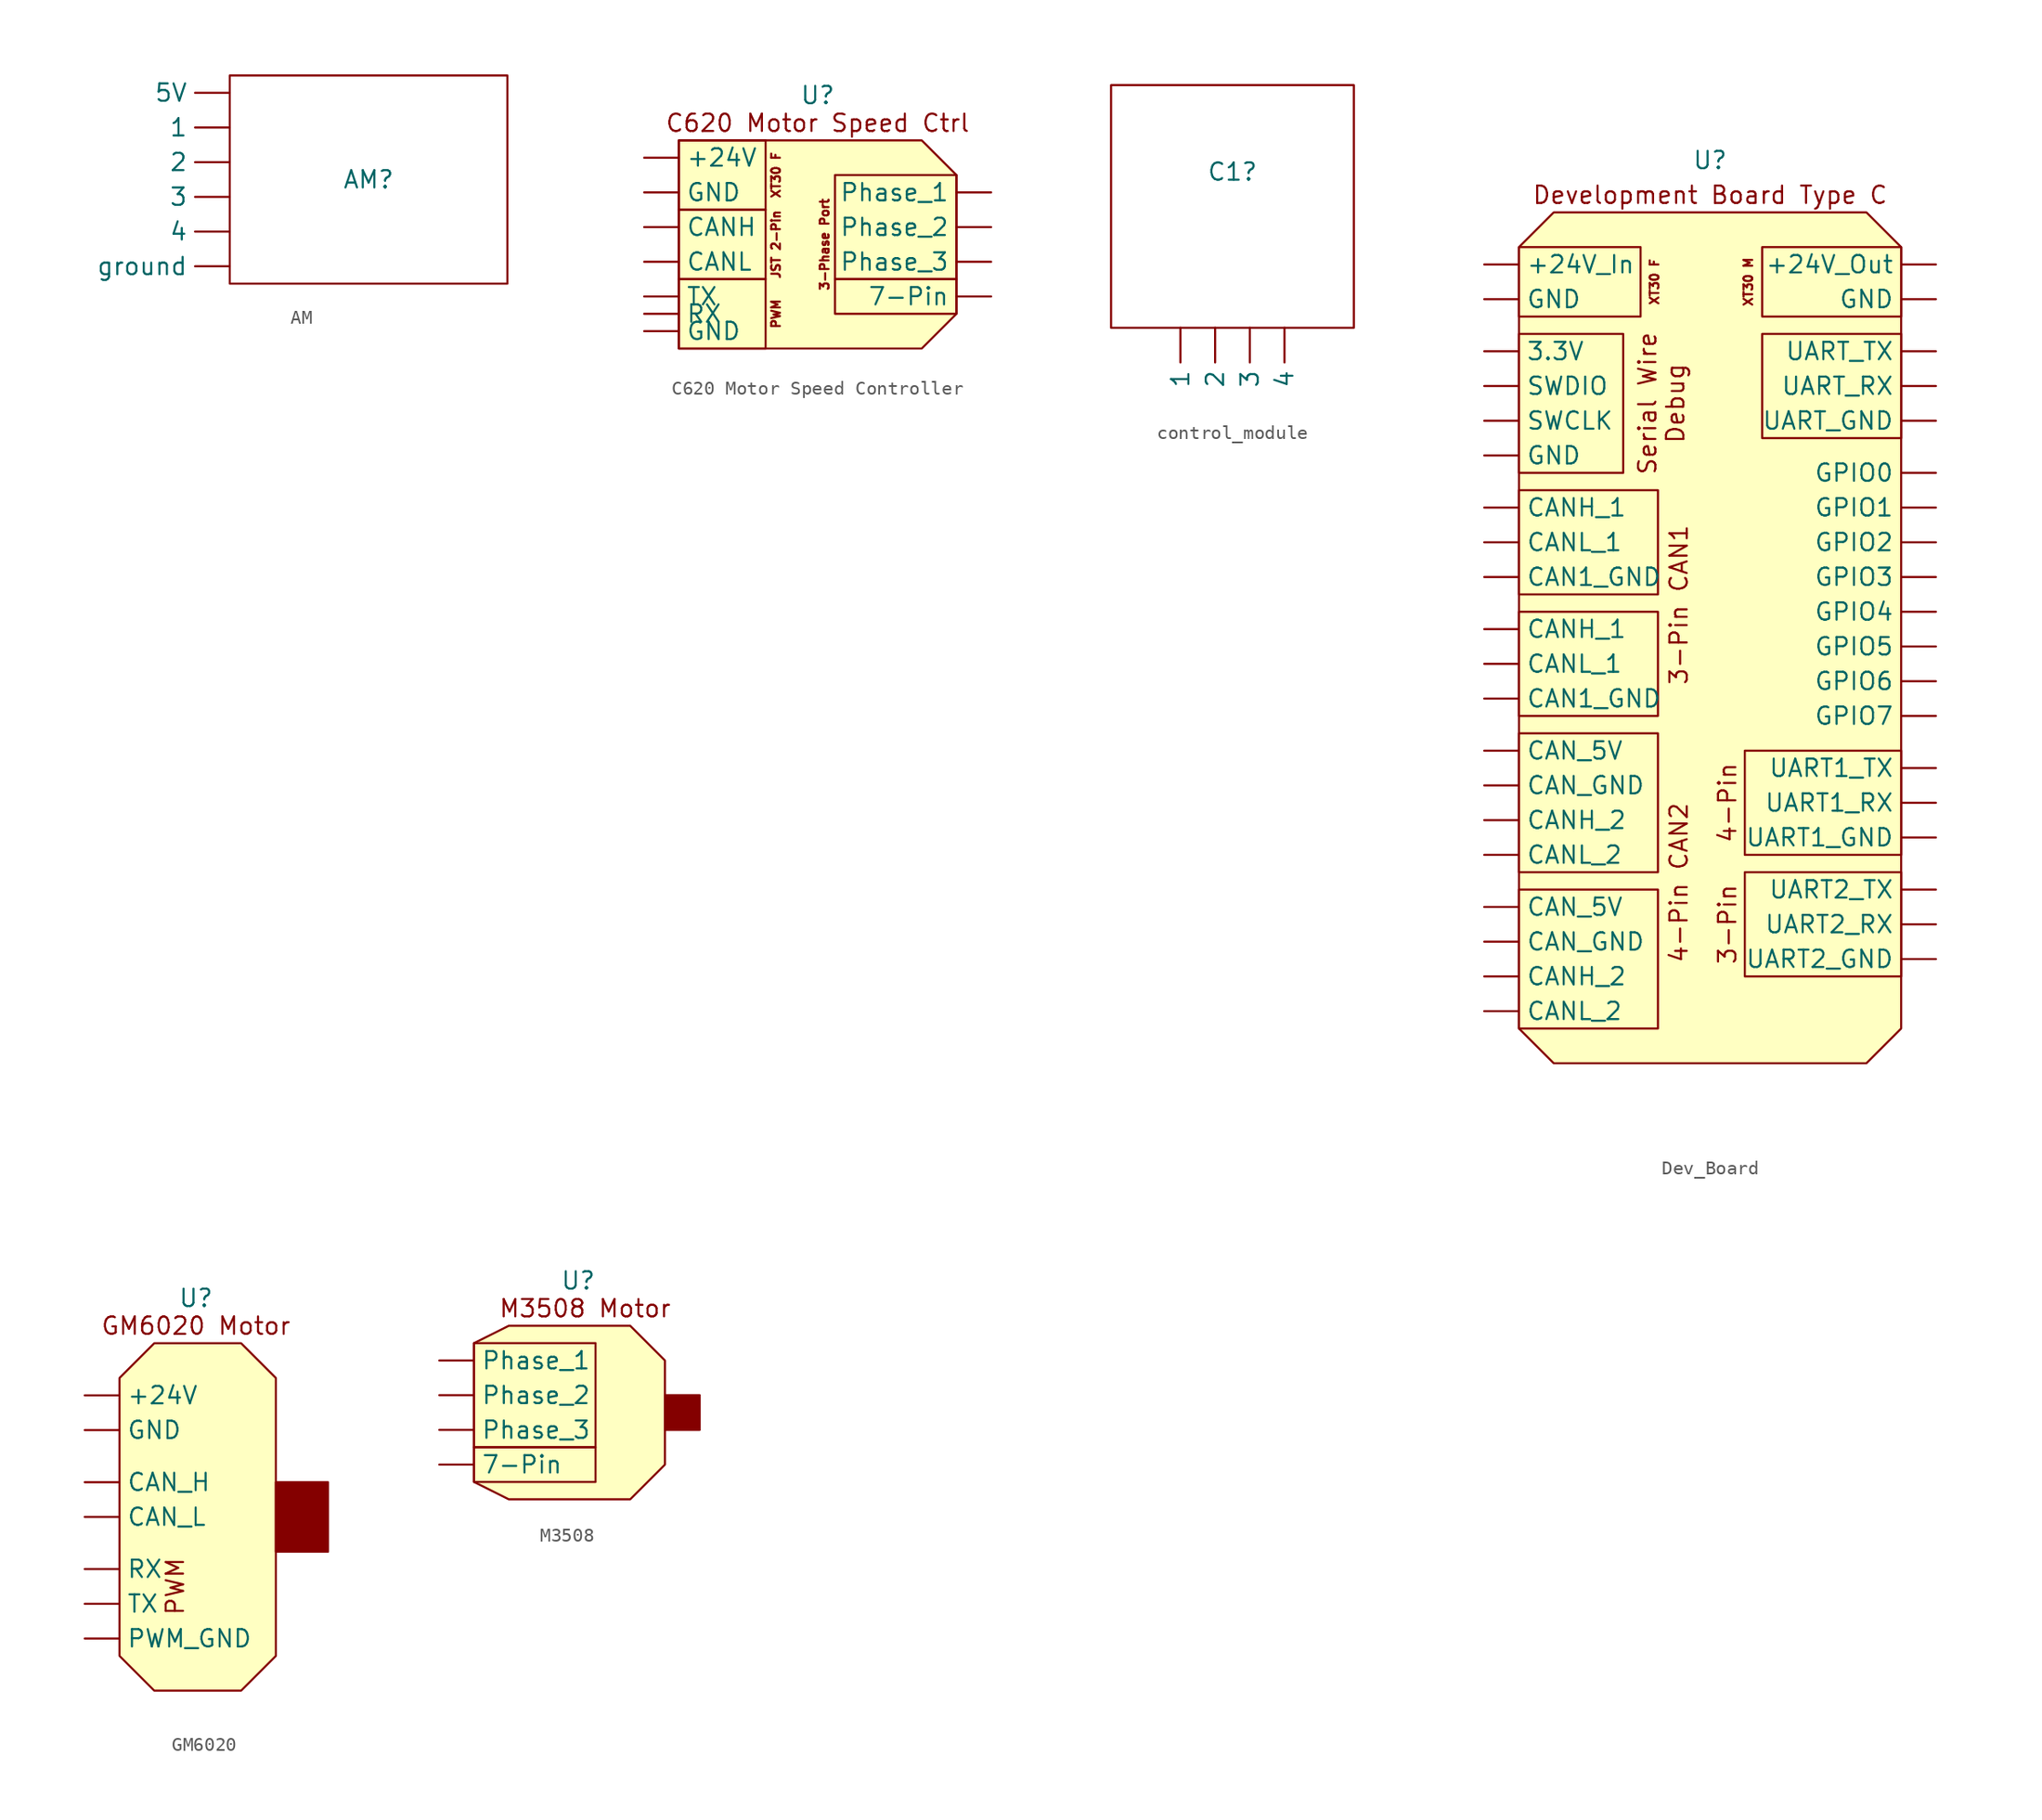
<source format=kicad_sym>
(kicad_symbol_lib
  (version 20231120)
  (generator "kicad_symbol_editor")
  (generator_version "8.0")
  (symbol "AM"
    (property "Reference" "AM"
      (at 0 0 0)
      (effects (font (size 1.27 1.27))))
    (property "Value" ""
      (at 0 0 0)
      (effects (font (size 1.27 1.27))))
    (symbol "AM_0_1"
      (rectangle (start -10.16 7.62) (end 10.16 -7.62) (stroke (width 0) (type default)) (fill (type none))))
    (symbol "AM_1_1"
      (pin input line (at -10.16 3.81 180) (length 2.54) (name "1" (effects (font (size 1.27 1.27)))) (number "" (effects (font (size 1.27 1.27)))))
      (pin input line (at -10.16 1.27 180) (length 2.54) (name "2" (effects (font (size 1.27 1.27)))) (number "" (effects (font (size 1.27 1.27)))))
      (pin input line (at -10.16 -1.27 180) (length 2.54) (name "3" (effects (font (size 1.27 1.27)))) (number "" (effects (font (size 1.27 1.27)))))
      (pin input line (at -10.16 -3.81 180) (length 2.54) (name "4" (effects (font (size 1.27 1.27)))) (number "" (effects (font (size 1.27 1.27)))))
      (pin power_in line (at -10.16 6.35 180) (length 2.54) (name "5V" (effects (font (size 1.27 1.27)))) (number "" (effects (font (size 1.27 1.27)))))
      (pin input line (at -10.16 -6.35 180) (length 2.54) (name "ground" (effects (font (size 1.27 1.27)))) (number "" (effects (font (size 1.27 1.27)))))))
  (symbol "C620 Motor Speed Controller"
    (property "Reference" "U"
      (at 0 10.922 0)
      (effects (font (size 1.27 1.27))))
    (property "Value" ""
      (at -2.54 8.89 0)
      (effects (font (size 1.27 1.27))))
    (symbol "C620 Motor Speed Controller_0_1"
      (rectangle (start -10.16 -2.54) (end -3.81 -7.62) (stroke (width 0) (type default)) (fill (type none)))
      (rectangle (start -10.16 2.54) (end -3.81 -2.54) (stroke (width 0) (type default)) (fill (type none)))
      (rectangle (start -10.16 2.54) (end -3.81 7.62) (stroke (width 0) (type default)) (fill (type none)))
      (rectangle (start 1.27 -2.54) (end 10.16 -5.08) (stroke (width 0) (type default)) (fill (type none)))
      (rectangle (start 1.27 5.08) (end 10.16 -2.54) (stroke (width 0) (type default)) (fill (type none))))
    (symbol "C620 Motor Speed Controller_1_1"
      (polyline (pts (xy -10.16 7.62) (xy -10.16 -7.62) (xy 7.62 -7.62) (xy 10.16 -5.08) (xy 10.16 5.08) (xy 7.62 7.62) (xy -10.16 7.62)) (stroke (width 0) (type default)) (fill (type background)))
      (text "3-Phase Port" (at 0.508 0 900) (effects (font (size 0.635 0.635))))
      (text "C620 Motor Speed Ctrl" (at 0 8.89 0) (effects (font (size 1.27 1.27))))
      (text "JST 2-Pin" (at -3.048 0 900) (effects (font (size 0.635 0.635))))
      (text "PWM" (at -3.048 -5.08 900) (effects (font (size 0.635 0.635))))
      (text "XT30 F" (at -3.048 5.08 900) (effects (font (size 0.635 0.635))))
      (pin power_in line (at -12.7 6.35 0) (length 2.54) (name "+24V" (effects (font (size 1.27 1.27)))) (number "" (effects (font (size 1.27 1.27)))))
      (pin bidirectional line (at 12.7 -3.81 180) (length 2.54) (name "7-Pin" (effects (font (size 1.27 1.27)))) (number "" (effects (font (size 1.27 1.27)))))
      (pin bidirectional line (at -12.7 1.27 0) (length 2.54) (name "CANH" (effects (font (size 1.27 1.27)))) (number "" (effects (font (size 1.27 1.27)))))
      (pin bidirectional line (at -12.7 -1.27 0) (length 2.54) (name "CANL" (effects (font (size 1.27 1.27)))) (number "" (effects (font (size 1.27 1.27)))))
      (pin input line (at -12.7 -6.35 0) (length 2.54) (name "GND" (effects (font (size 1.27 1.27)))) (number "" (effects (font (size 1.27 1.27)))))
      (pin power_in line (at -12.7 3.81 0) (length 2.54) (name "GND" (effects (font (size 1.27 1.27)))) (number "" (effects (font (size 1.27 1.27)))))
      (pin power_out line (at 12.7 3.81 180) (length 2.54) (name "Phase_1" (effects (font (size 1.27 1.27)))) (number "" (effects (font (size 1.27 1.27)))))
      (pin power_out line (at 12.7 1.27 180) (length 2.54) (name "Phase_2" (effects (font (size 1.27 1.27)))) (number "" (effects (font (size 1.27 1.27)))))
      (pin power_out line (at 12.7 -1.27 180) (length 2.54) (name "Phase_3" (effects (font (size 1.27 1.27)))) (number "" (effects (font (size 1.27 1.27)))))
      (pin input line (at -12.7 -5.08 0) (length 2.54) (name "RX" (effects (font (size 1.27 1.27)))) (number "" (effects (font (size 1.27 1.27)))))
      (pin output line (at -12.7 -3.81 0) (length 2.54) (name "TX" (effects (font (size 1.27 1.27)))) (number "" (effects (font (size 1.27 1.27)))))))
  (symbol "control_module"
    (property "Reference" "C1"
      (at 0 2.54 0)
      (effects (font (size 1.27 1.27))))
    (property "Value" ""
      (at 0 0 0)
      (effects (font (size 1.27 1.27))))
    (symbol "control_module_0_1"
      (rectangle (start -8.89 8.89) (end 8.89 -8.89) (stroke (width 0) (type default)) (fill (type none))))
    (symbol "control_module_1_1"
      (pin power_in line (at -3.81 -8.89 270) (length 2.54) (name "1" (effects (font (size 1.27 1.27)))) (number "" (effects (font (size 1.27 1.27)))))
      (pin power_out line (at -1.27 -8.89 270) (length 2.54) (name "2" (effects (font (size 1.27 1.27)))) (number "" (effects (font (size 1.27 1.27)))))
      (pin output line (at 1.27 -8.89 270) (length 2.54) (name "3" (effects (font (size 1.27 1.27)))) (number "" (effects (font (size 1.27 1.27)))))
      (pin output line (at 3.81 -8.89 270) (length 2.54) (name "4" (effects (font (size 1.27 1.27)))) (number "" (effects (font (size 1.27 1.27)))))))
  (symbol "Dev_Board"
    (property "Reference" "U"
      (at 0 33.02 0)
      (effects (font (size 1.27 1.27))))
    (property "Value" ""
      (at -1.27 17.78 0)
      (effects (font (size 1.27 1.27))))
    (symbol "Dev_Board_1_1"
      (rectangle (start -13.97 -20.32) (end -3.81 -30.48) (stroke (width 0) (type default)) (fill (type none)))
      (rectangle (start -13.97 -19.05) (end -3.81 -8.89) (stroke (width 0) (type default)) (fill (type none)))
      (rectangle (start -13.97 0) (end -3.81 -7.62) (stroke (width 0) (type default)) (fill (type none)))
      (rectangle (start -13.97 8.89) (end -3.81 1.27) (stroke (width 0) (type default)) (fill (type none)))
      (rectangle (start -13.97 20.32) (end -6.35 10.16) (stroke (width 0) (type default)) (fill (type none)))
      (rectangle (start -13.97 21.59) (end -5.08 26.67) (stroke (width 0) (type default)) (fill (type none)))
      (polyline (pts (xy -13.97 -30.48) (xy -11.43 -33.02) (xy 11.43 -33.02) (xy 13.97 -30.48) (xy 13.97 26.67) (xy 11.43 29.21) (xy -11.43 29.21) (xy -13.97 26.67) (xy -13.97 -30.48)) (stroke (width 0) (type default)) (fill (type background)))
      (rectangle (start 13.97 -19.05) (end 2.54 -26.67) (stroke (width 0) (type default)) (fill (type none)))
      (rectangle (start 13.97 -10.16) (end 2.54 -17.78) (stroke (width 0) (type default)) (fill (type none)))
      (rectangle (start 13.97 20.32) (end 3.81 12.7) (stroke (width 0) (type default)) (fill (type none)))
      (rectangle (start 13.97 26.67) (end 3.81 21.59) (stroke (width 0) (type default)) (fill (type none)))
      (text "3-Pin" (at 1.27 -22.86 900) (effects (font (size 1.27 1.27))))
      (text "3-Pin CAN1" (at -2.286 0.508 900) (effects (font (size 1.27 1.27))))
      (text "4-Pin" (at 1.27 -13.97 900) (effects (font (size 1.27 1.27))))
      (text "4-Pin CAN2" (at -2.286 -19.812 900) (effects (font (size 1.27 1.27))))
      (text "Development Board Type C" (at 0 30.48 0) (effects (font (size 1.27 1.27))))
      (text "Serial Wire\nDebug" (at -3.556 15.24 900) (effects (font (size 1.27 1.27))))
      (text "XT30 F" (at -4.064 24.13 900) (effects (font (size 0.635 0.635))))
      (text "XT30 M" (at 2.794 24.13 900) (effects (font (size 0.635 0.635))))
      (pin power_in line (at -16.51 25.4 0) (length 2.54) (name "+24V_In" (effects (font (size 1.27 1.27)))) (number "" (effects (font (size 1.27 1.27)))))
      (pin power_in line (at 16.51 25.4 180) (length 2.54) (name "+24V_Out" (effects (font (size 1.27 1.27)))) (number "" (effects (font (size 1.27 1.27)))))
      (pin output line (at -16.51 19.05 0) (length 2.54) (name "3.3V" (effects (font (size 1.27 1.27)))) (number "" (effects (font (size 1.27 1.27)))))
      (pin output line (at -16.51 -6.35 0) (length 2.54) (name "CAN1_GND" (effects (font (size 1.27 1.27)))) (number "" (effects (font (size 1.27 1.27)))))
      (pin output line (at -16.51 2.54 0) (length 2.54) (name "CAN1_GND" (effects (font (size 1.27 1.27)))) (number "" (effects (font (size 1.27 1.27)))))
      (pin output line (at -16.51 -1.27 0) (length 2.54) (name "CANH_1" (effects (font (size 1.27 1.27)))) (number "" (effects (font (size 1.27 1.27)))))
      (pin output line (at -16.51 7.62 0) (length 2.54) (name "CANH_1" (effects (font (size 1.27 1.27)))) (number "" (effects (font (size 1.27 1.27)))))
      (pin output line (at -16.51 -26.67 0) (length 2.54) (name "CANH_2" (effects (font (size 1.27 1.27)))) (number "" (effects (font (size 1.27 1.27)))))
      (pin output line (at -16.51 -15.24 0) (length 2.54) (name "CANH_2" (effects (font (size 1.27 1.27)))) (number "" (effects (font (size 1.27 1.27)))))
      (pin output line (at -16.51 -3.81 0) (length 2.54) (name "CANL_1" (effects (font (size 1.27 1.27)))) (number "" (effects (font (size 1.27 1.27)))))
      (pin output line (at -16.51 5.08 0) (length 2.54) (name "CANL_1" (effects (font (size 1.27 1.27)))) (number "" (effects (font (size 1.27 1.27)))))
      (pin output line (at -16.51 -29.21 0) (length 2.54) (name "CANL_2" (effects (font (size 1.27 1.27)))) (number "" (effects (font (size 1.27 1.27)))))
      (pin output line (at -16.51 -17.78 0) (length 2.54) (name "CANL_2" (effects (font (size 1.27 1.27)))) (number "" (effects (font (size 1.27 1.27)))))
      (pin output line (at -16.51 -21.59 0) (length 2.54) (name "CAN_5V" (effects (font (size 1.27 1.27)))) (number "" (effects (font (size 1.27 1.27)))))
      (pin output line (at -16.51 -10.16 0) (length 2.54) (name "CAN_5V" (effects (font (size 1.27 1.27)))) (number "" (effects (font (size 1.27 1.27)))))
      (pin output line (at -16.51 -24.13 0) (length 2.54) (name "CAN_GND" (effects (font (size 1.27 1.27)))) (number "" (effects (font (size 1.27 1.27)))))
      (pin output line (at -16.51 -12.7 0) (length 2.54) (name "CAN_GND" (effects (font (size 1.27 1.27)))) (number "" (effects (font (size 1.27 1.27)))))
      (pin output line (at -16.51 11.43 0) (length 2.54) (name "GND" (effects (font (size 1.27 1.27)))) (number "" (effects (font (size 1.27 1.27)))))
      (pin power_in line (at -16.51 22.86 0) (length 2.54) (name "GND" (effects (font (size 1.27 1.27)))) (number "" (effects (font (size 1.27 1.27)))))
      (pin power_out line (at 16.51 22.86 180) (length 2.54) (name "GND" (effects (font (size 1.27 1.27)))) (number "" (effects (font (size 1.27 1.27)))))
      (pin output line (at 16.51 10.16 180) (length 2.54) (name "GPIO0" (effects (font (size 1.27 1.27)))) (number "" (effects (font (size 1.27 1.27)))))
      (pin output line (at 16.51 7.62 180) (length 2.54) (name "GPIO1" (effects (font (size 1.27 1.27)))) (number "" (effects (font (size 1.27 1.27)))))
      (pin output line (at 16.51 5.08 180) (length 2.54) (name "GPIO2" (effects (font (size 1.27 1.27)))) (number "" (effects (font (size 1.27 1.27)))))
      (pin output line (at 16.51 2.54 180) (length 2.54) (name "GPIO3" (effects (font (size 1.27 1.27)))) (number "" (effects (font (size 1.27 1.27)))))
      (pin output line (at 16.51 0 180) (length 2.54) (name "GPIO4" (effects (font (size 1.27 1.27)))) (number "" (effects (font (size 1.27 1.27)))))
      (pin output line (at 16.51 -2.54 180) (length 2.54) (name "GPIO5" (effects (font (size 1.27 1.27)))) (number "" (effects (font (size 1.27 1.27)))))
      (pin output line (at 16.51 -5.08 180) (length 2.54) (name "GPIO6" (effects (font (size 1.27 1.27)))) (number "" (effects (font (size 1.27 1.27)))))
      (pin output line (at 16.51 -7.62 180) (length 2.54) (name "GPIO7" (effects (font (size 1.27 1.27)))) (number "" (effects (font (size 1.27 1.27)))))
      (pin bidirectional line (at -16.51 13.97 0) (length 2.54) (name "SWCLK" (effects (font (size 1.27 1.27)))) (number "" (effects (font (size 1.27 1.27)))))
      (pin bidirectional line (at -16.51 16.51 0) (length 2.54) (name "SWDIO" (effects (font (size 1.27 1.27)))) (number "" (effects (font (size 1.27 1.27)))))
      (pin bidirectional line (at 16.51 -16.51 180) (length 2.54) (name "UART1_GND" (effects (font (size 1.27 1.27)))) (number "" (effects (font (size 1.27 1.27)))))
      (pin input line (at 16.51 -13.97 180) (length 2.54) (name "UART1_RX" (effects (font (size 1.27 1.27)))) (number "" (effects (font (size 1.27 1.27)))))
      (pin output line (at 16.51 -11.43 180) (length 2.54) (name "UART1_TX" (effects (font (size 1.27 1.27)))) (number "" (effects (font (size 1.27 1.27)))))
      (pin bidirectional line (at 16.51 -25.4 180) (length 2.54) (name "UART2_GND" (effects (font (size 1.27 1.27)))) (number "" (effects (font (size 1.27 1.27)))))
      (pin bidirectional line (at 16.51 -22.86 180) (length 2.54) (name "UART2_RX" (effects (font (size 1.27 1.27)))) (number "" (effects (font (size 1.27 1.27)))))
      (pin bidirectional line (at 16.51 -20.32 180) (length 2.54) (name "UART2_TX" (effects (font (size 1.27 1.27)))) (number "" (effects (font (size 1.27 1.27)))))
      (pin bidirectional line (at 16.51 13.97 180) (length 2.54) (name "UART_GND" (effects (font (size 1.27 1.27)))) (number "" (effects (font (size 1.27 1.27)))))
      (pin input line (at 16.51 16.51 180) (length 2.54) (name "UART_RX" (effects (font (size 1.27 1.27)))) (number "" (effects (font (size 1.27 1.27)))))
      (pin output line (at 16.51 19.05 180) (length 2.54) (name "UART_TX" (effects (font (size 1.27 1.27)))) (number "" (effects (font (size 1.27 1.27)))))))
  (symbol "GM6020"
    (property "Reference" "U"
      (at 0.508 16.002 0)
      (effects (font (size 1.27 1.27))))
    (property "Value" ""
      (at 2.54 11.43 0)
      (effects (font (size 1.27 1.27))))
    (symbol "GM6020_1_1"
      (polyline (pts (xy -5.08 10.16) (xy -5.08 -10.16) (xy -2.54 -12.7) (xy 3.81 -12.7) (xy 6.35 -10.16) (xy 6.35 10.16) (xy 3.81 12.7) (xy -2.54 12.7) (xy -5.08 10.16)) (stroke (width 0) (type default)) (fill (type background)))
      (rectangle (start 6.35 2.54) (end 10.16 -2.54) (stroke (width 0) (type default)) (fill (type outline)))
      (text "GM6020 Motor" (at 0.508 13.97 0) (effects (font (size 1.27 1.27))))
      (text "PWM\n" (at -1.016 -5.08 900) (effects (font (size 1.27 1.27))))
      (pin power_in line (at -7.62 8.89 0) (length 2.54) (name "+24V" (effects (font (size 1.27 1.27)))) (number "" (effects (font (size 1.27 1.27)))))
      (pin input line (at -7.62 2.54 0) (length 2.54) (name "CAN_H" (effects (font (size 1.27 1.27)))) (number "" (effects (font (size 1.27 1.27)))))
      (pin input line (at -7.62 0 0) (length 2.54) (name "CAN_L" (effects (font (size 1.27 1.27)))) (number "" (effects (font (size 1.27 1.27)))))
      (pin power_in line (at -7.62 6.35 0) (length 2.54) (name "GND" (effects (font (size 1.27 1.27)))) (number "" (effects (font (size 1.27 1.27)))))
      (pin bidirectional line (at -7.62 -8.89 0) (length 2.54) (name "PWM_GND" (effects (font (size 1.27 1.27)))) (number "" (effects (font (size 1.27 1.27)))))
      (pin input line (at -7.62 -3.81 0) (length 2.54) (name "RX" (effects (font (size 1.27 1.27)))) (number "" (effects (font (size 1.27 1.27)))))
      (pin output line (at -7.62 -6.35 0) (length 2.54) (name "TX" (effects (font (size 1.27 1.27)))) (number "" (effects (font (size 1.27 1.27)))))))
  (symbol "M3508"
    (property "Reference" "U"
      (at 0 7.112 0)
      (effects (font (size 1.27 1.27))))
    (property "Value" ""
      (at 2.54 -2.54 0)
      (effects (font (size 1.27 1.27))))
    (symbol "M3508_1_1"
      (rectangle (start -7.62 -7.62) (end 1.27 -5.08) (stroke (width 0) (type default)) (fill (type none)))
      (rectangle (start -7.62 2.54) (end 1.27 -5.08) (stroke (width 0) (type default)) (fill (type none)))
      (polyline (pts (xy -7.62 2.54) (xy -5.08 3.81) (xy 3.81 3.81) (xy 6.35 1.27) (xy 6.35 -6.35) (xy 3.81 -8.89) (xy -5.08 -8.89) (xy -7.62 -7.62) (xy -7.62 2.54)) (stroke (width 0) (type default)) (fill (type background)))
      (rectangle (start 6.35 -1.27) (end 8.89 -3.81) (stroke (width 0) (type default)) (fill (type outline)))
      (text "M3508 Motor" (at 0.508 5.08 0) (effects (font (size 1.27 1.27))))
      (pin bidirectional line (at -10.16 -6.35 0) (length 2.54) (name "7-Pin" (effects (font (size 1.27 1.27)))) (number "" (effects (font (size 1.27 1.27)))))
      (pin power_in line (at -10.16 1.27 0) (length 2.54) (name "Phase_1" (effects (font (size 1.27 1.27)))) (number "" (effects (font (size 1.27 1.27)))))
      (pin power_in line (at -10.16 -1.27 0) (length 2.54) (name "Phase_2" (effects (font (size 1.27 1.27)))) (number "" (effects (font (size 1.27 1.27)))))
      (pin power_in line (at -10.16 -3.81 0) (length 2.54) (name "Phase_3" (effects (font (size 1.27 1.27)))) (number "" (effects (font (size 1.27 1.27))))))))
</source>
